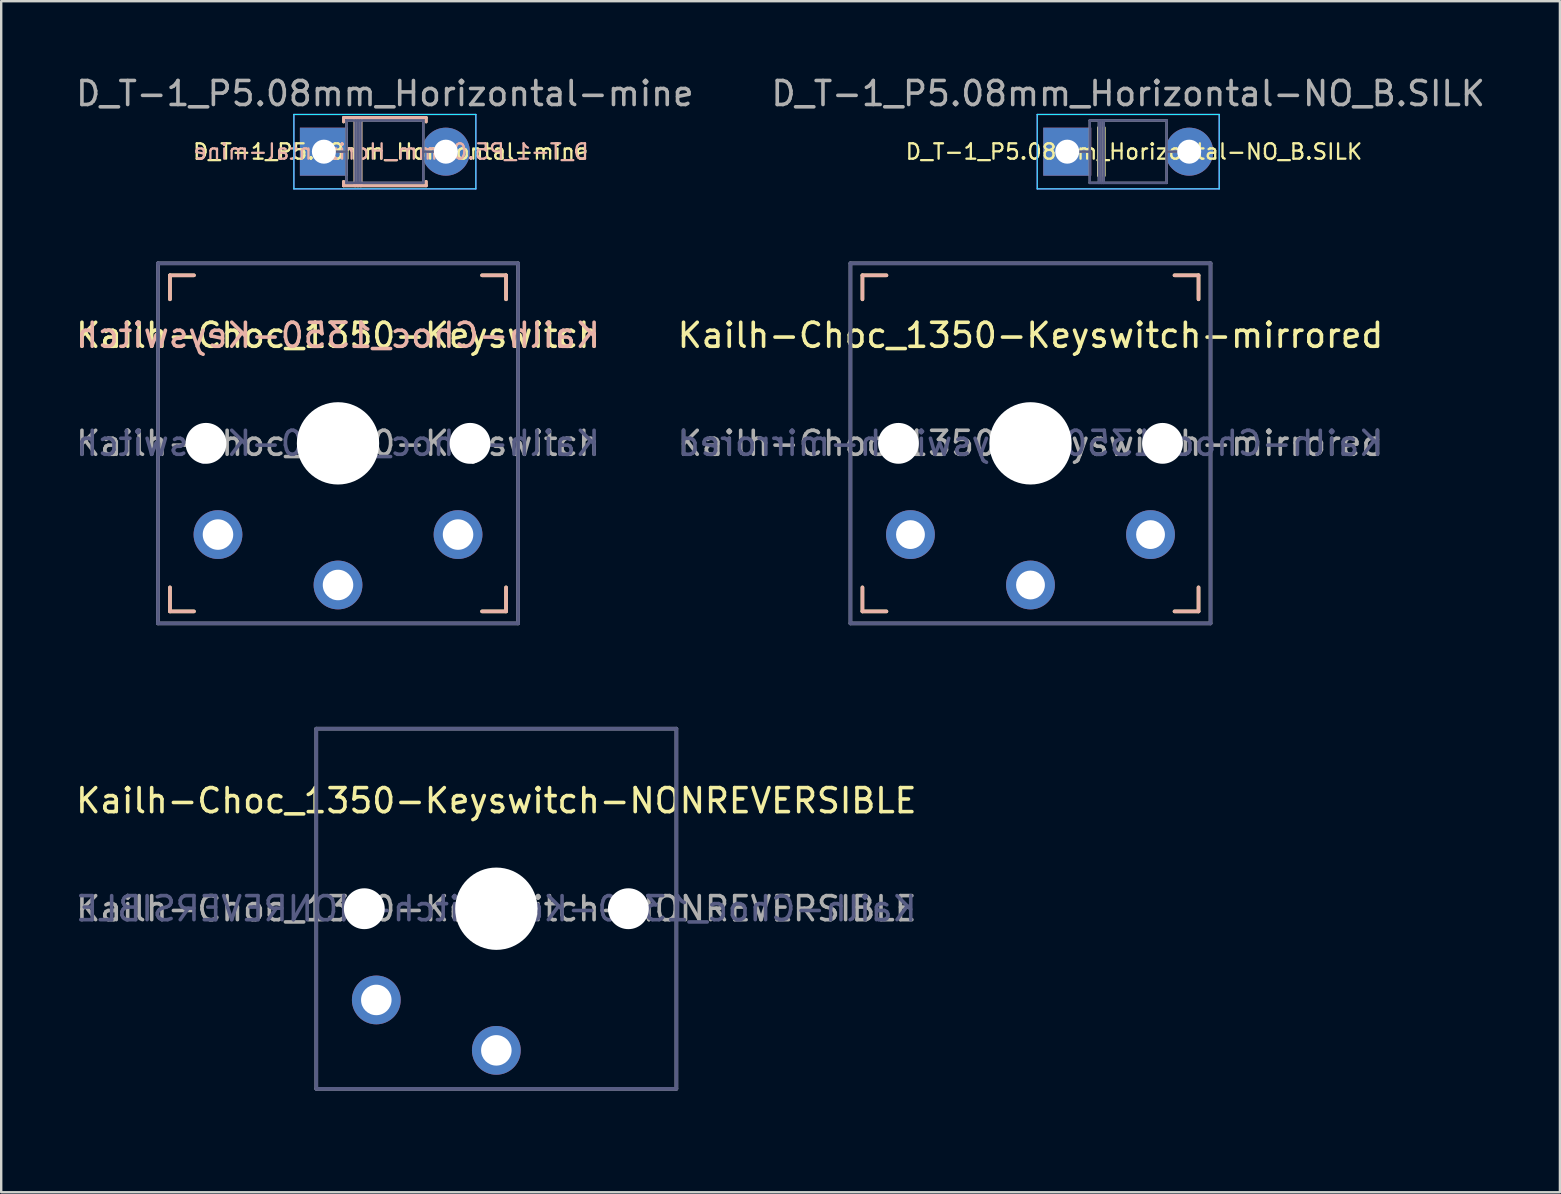
<source format=kicad_pcb>
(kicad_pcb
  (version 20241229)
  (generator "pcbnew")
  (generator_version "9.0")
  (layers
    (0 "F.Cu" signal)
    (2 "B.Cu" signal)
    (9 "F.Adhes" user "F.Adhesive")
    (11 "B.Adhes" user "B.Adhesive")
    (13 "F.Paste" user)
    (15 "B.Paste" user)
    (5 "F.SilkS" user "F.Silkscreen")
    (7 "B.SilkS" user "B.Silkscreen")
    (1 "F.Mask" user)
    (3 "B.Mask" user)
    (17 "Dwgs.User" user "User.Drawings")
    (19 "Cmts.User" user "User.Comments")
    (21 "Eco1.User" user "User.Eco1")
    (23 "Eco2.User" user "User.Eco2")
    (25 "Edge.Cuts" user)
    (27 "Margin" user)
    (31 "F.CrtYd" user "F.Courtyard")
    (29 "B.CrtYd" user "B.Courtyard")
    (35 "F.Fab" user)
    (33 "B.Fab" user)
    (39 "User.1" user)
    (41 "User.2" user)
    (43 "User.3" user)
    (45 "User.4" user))
  (footprint "D_T-1_P5.08mm_Horizontal-NO_B.SILK"
    (layer "F.Cu")
    (at 41.406 3.268)
    (property "Reference" "D_T-1_P5.08mm_Horizontal-NO_B.SILK" (at 2.54 -2.42 0) (layer "F.Fab") (effects (font (size 1 1) (thickness 0.15))))
    (attr through_hole)
    (fp_line (start 1.3 -1) (end 1.3 1) (stroke (width 0.12) (type solid)) (layer "F.SilkS"))
    (fp_line (start 1.42 -1) (end 1.42 1) (stroke (width 0.12) (type solid)) (layer "F.SilkS"))
    (fp_line (start 1.54 -1) (end 1.54 1) (stroke (width 0.12) (type solid)) (layer "F.SilkS"))
    (fp_line (start -1.25 -1.55) (end -1.25 1.55) (stroke (width 0.05) (type solid)) (layer "B.CrtYd"))
    (fp_line (start -1.25 1.55) (end 6.33 1.55) (stroke (width 0.05) (type solid)) (layer "B.CrtYd"))
    (fp_line (start 6.33 -1.55) (end -1.25 -1.55) (stroke (width 0.05) (type solid)) (layer "B.CrtYd"))
    (fp_line (start 6.33 1.55) (end 6.33 -1.55) (stroke (width 0.05) (type solid)) (layer "B.CrtYd"))
    (fp_line (start -1.25 -1.55) (end -1.25 1.55) (stroke (width 0.05) (type solid)) (layer "F.CrtYd"))
    (fp_line (start -1.25 1.55) (end 6.33 1.55) (stroke (width 0.05) (type solid)) (layer "F.CrtYd"))
    (fp_line (start 6.33 -1.55) (end -1.25 -1.55) (stroke (width 0.05) (type solid)) (layer "F.CrtYd"))
    (fp_line (start 6.33 1.55) (end 6.33 -1.55) (stroke (width 0.05) (type solid)) (layer "F.CrtYd"))
    (fp_line (start 0 0) (end 0.94 0) (stroke (width 0.1) (type solid)) (layer "B.Fab"))
    (fp_line (start 0.94 -1.3) (end 0.94 1.3) (stroke (width 0.1) (type solid)) (layer "B.Fab"))
    (fp_line (start 0.94 1.3) (end 4.14 1.3) (stroke (width 0.1) (type solid)) (layer "B.Fab"))
    (fp_line (start 1.32 -1.3) (end 1.32 1.3) (stroke (width 0.1) (type solid)) (layer "B.Fab"))
    (fp_line (start 1.42 -1.3) (end 1.42 1.3) (stroke (width 0.1) (type solid)) (layer "B.Fab"))
    (fp_line (start 1.52 -1.3) (end 1.52 1.3) (stroke (width 0.1) (type solid)) (layer "B.Fab"))
    (fp_line (start 4.14 -1.3) (end 0.94 -1.3) (stroke (width 0.1) (type solid)) (layer "B.Fab"))
    (fp_line (start 4.14 1.3) (end 4.14 -1.3) (stroke (width 0.1) (type solid)) (layer "B.Fab"))
    (fp_line (start 5.08 0) (end 4.14 0) (stroke (width 0.1) (type solid)) (layer "B.Fab"))
    (fp_line (start 0 0) (end 0.94 0) (stroke (width 0.1) (type solid)) (layer "F.Fab"))
    (fp_line (start 0.94 -1.3) (end 0.94 1.3) (stroke (width 0.1) (type solid)) (layer "F.Fab"))
    (fp_line (start 0.94 1.3) (end 4.14 1.3) (stroke (width 0.1) (type solid)) (layer "F.Fab"))
    (fp_line (start 1.32 -1.3) (end 1.32 1.3) (stroke (width 0.1) (type solid)) (layer "F.Fab"))
    (fp_line (start 1.42 -1.3) (end 1.42 1.3) (stroke (width 0.1) (type solid)) (layer "F.Fab"))
    (fp_line (start 1.52 -1.3) (end 1.52 1.3) (stroke (width 0.1) (type solid)) (layer "F.Fab"))
    (fp_line (start 4.14 -1.3) (end 0.94 -1.3) (stroke (width 0.1) (type solid)) (layer "F.Fab"))
    (fp_line (start 4.14 1.3) (end 4.14 -1.3) (stroke (width 0.1) (type solid)) (layer "F.Fab"))
    (fp_line (start 5.08 0) (end 4.14 0) (stroke (width 0.1) (type solid)) (layer "F.Fab"))
    (fp_text user "${REFERENCE}" (at 2.78 0 0) (layer "F.SilkS") (effects (font (size 0.64 0.64) (thickness 0.096))))
    (pad "1" thru_hole rect (at 0 0) (size 2 2) (drill 1) (layers "*.Cu" "*.Mask"))
    (pad "2" thru_hole oval (at 5.08 0) (size 2 2) (drill 1) (layers "*.Cu" "*.Mask")))
  (footprint "Kailh-Choc_1350-Keyswitch"
    (layer "F.Cu")
    (at 11.03 15.418)
    (property "Reference" "Kailh-Choc_1350-Keyswitch" (at 0 -4.5 180) (layer "F.SilkS") (effects (font (size 1 1) (thickness 0.15))))
    (attr through_hole)
    (fp_line (start -7 -7) (end -6 -7) (stroke (width 0.15) (type solid)) (layer "F.SilkS"))
    (fp_line (start -7 -6) (end -7 -7) (stroke (width 0.15) (type solid)) (layer "F.SilkS"))
    (fp_line (start -7 7) (end -7 6) (stroke (width 0.15) (type solid)) (layer "F.SilkS"))
    (fp_line (start -6 7) (end -7 7) (stroke (width 0.15) (type solid)) (layer "F.SilkS"))
    (fp_line (start 6 -7) (end 7 -7) (stroke (width 0.15) (type solid)) (layer "F.SilkS"))
    (fp_line (start 7 -7) (end 7 -6) (stroke (width 0.15) (type solid)) (layer "F.SilkS"))
    (fp_line (start 7 6) (end 7 7) (stroke (width 0.15) (type solid)) (layer "F.SilkS"))
    (fp_line (start 7 7) (end 6 7) (stroke (width 0.15) (type solid)) (layer "F.SilkS"))
    (fp_line (start -7 -7) (end -6 -7) (stroke (width 0.15) (type solid)) (layer "B.SilkS"))
    (fp_line (start -7 -6) (end -7 -7) (stroke (width 0.15) (type solid)) (layer "B.SilkS"))
    (fp_line (start -7 7) (end -7 6) (stroke (width 0.15) (type solid)) (layer "B.SilkS"))
    (fp_line (start -6 7) (end -7 7) (stroke (width 0.15) (type solid)) (layer "B.SilkS"))
    (fp_line (start 6 -7) (end 7 -7) (stroke (width 0.15) (type solid)) (layer "B.SilkS"))
    (fp_line (start 7 -7) (end 7 -6) (stroke (width 0.15) (type solid)) (layer "B.SilkS"))
    (fp_line (start 7 6) (end 7 7) (stroke (width 0.15) (type solid)) (layer "B.SilkS"))
    (fp_line (start 7 7) (end 6 7) (stroke (width 0.15) (type solid)) (layer "B.SilkS"))
    (fp_line (start -6.9 6.9) (end -6.9 -6.9) (stroke (width 0.15) (type solid)) (layer "Eco2.User"))
    (fp_line (start -6.9 6.9) (end 6.9 6.9) (stroke (width 0.15) (type solid)) (layer "Eco2.User"))
    (fp_line (start 6.9 -6.9) (end -6.9 -6.9) (stroke (width 0.15) (type solid)) (layer "Eco2.User"))
    (fp_line (start 6.9 -6.9) (end 6.9 6.9) (stroke (width 0.15) (type solid)) (layer "Eco2.User"))
    (fp_line (start -7.5 -7.5) (end 7.5 -7.5) (stroke (width 0.15) (type solid)) (layer "B.Fab"))
    (fp_line (start -7.5 7.5) (end -7.5 -7.5) (stroke (width 0.15) (type solid)) (layer "B.Fab"))
    (fp_line (start 7.5 -7.5) (end 7.5 7.5) (stroke (width 0.15) (type solid)) (layer "B.Fab"))
    (fp_line (start 7.5 7.5) (end -7.5 7.5) (stroke (width 0.15) (type solid)) (layer "B.Fab"))
    (fp_line (start -7.5 -7.5) (end 7.5 -7.5) (stroke (width 0.15) (type solid)) (layer "F.Fab"))
    (fp_line (start -7.5 7.5) (end -7.5 -7.5) (stroke (width 0.15) (type solid)) (layer "F.Fab"))
    (fp_line (start 7.5 -7.5) (end 7.5 7.5) (stroke (width 0.15) (type solid)) (layer "F.Fab"))
    (fp_line (start 7.5 7.5) (end -7.5 7.5) (stroke (width 0.15) (type solid)) (layer "F.Fab"))
    (fp_text user "${REFERENCE}" (at 0 -4.5 180) (layer "B.SilkS") (effects (font (size 1 1) (thickness 0.15)) (justify mirror)))
    (fp_text user "${REFERENCE}" (at 0 0 180) (layer "B.Fab") (effects (font (size 1 1) (thickness 0.15)) (justify mirror)))
    (fp_text user "${REFERENCE}" (at 0 0 180) (layer "F.Fab") (effects (font (size 1 1) (thickness 0.15))))
    (pad "" np_thru_hole circle (at -5.5 0) (size 1.702 1.702) (drill 1.702) (layers "*.Cu" "*.Mask"))
    (pad "" np_thru_hole circle (at 0 0) (size 3.429 3.429) (drill 3.429) (layers "*.Cu" "*.Mask"))
    (pad "" np_thru_hole circle (at 5.5 0) (size 1.702 1.702) (drill 1.702) (layers "*.Cu" "*.Mask"))
    (pad "1" thru_hole circle (at 0 5.9) (size 2.032 2.032) (drill 1.27) (layers "*.Cu" "*.Mask"))
    (pad "2" thru_hole circle (at -5 3.8) (size 2.032 2.032) (drill 1.27) (layers "*.Cu" "*.Mask"))
    (pad "2" thru_hole circle (at 5 3.8) (size 2.032 2.032) (drill 1.27) (layers "*.Cu" "*.Mask")))
  (footprint "Kailh-Choc_1350-Keyswitch-mirrored"
    (layer "F.Cu")
    (at 39.875 15.418)
    (property "Reference" "Kailh-Choc_1350-Keyswitch-mirrored" (at 0 -4.5 0) (unlocked yes) (layer "F.SilkS") (effects (font (size 1 1) (thickness 0.15))))
    (attr through_hole)
    (fp_line (start -7 -7) (end -6 -7) (stroke (width 0.15) (type solid)) (layer "F.SilkS"))
    (fp_line (start -7 -6) (end -7 -7) (stroke (width 0.15) (type solid)) (layer "F.SilkS"))
    (fp_line (start -7 7) (end -7 6) (stroke (width 0.15) (type solid)) (layer "F.SilkS"))
    (fp_line (start -6 7) (end -7 7) (stroke (width 0.15) (type solid)) (layer "F.SilkS"))
    (fp_line (start 6 -7) (end 7 -7) (stroke (width 0.15) (type solid)) (layer "F.SilkS"))
    (fp_line (start 7 -7) (end 7 -6) (stroke (width 0.15) (type solid)) (layer "F.SilkS"))
    (fp_line (start 7 6) (end 7 7) (stroke (width 0.15) (type solid)) (layer "F.SilkS"))
    (fp_line (start 7 7) (end 6 7) (stroke (width 0.15) (type solid)) (layer "F.SilkS"))
    (fp_line (start -7 -7) (end -6 -7) (stroke (width 0.15) (type solid)) (layer "B.SilkS"))
    (fp_line (start -7 -6) (end -7 -7) (stroke (width 0.15) (type solid)) (layer "B.SilkS"))
    (fp_line (start -7 7) (end -7 6) (stroke (width 0.15) (type solid)) (layer "B.SilkS"))
    (fp_line (start -6 7) (end -7 7) (stroke (width 0.15) (type solid)) (layer "B.SilkS"))
    (fp_line (start 6 -7) (end 7 -7) (stroke (width 0.15) (type solid)) (layer "B.SilkS"))
    (fp_line (start 7 -7) (end 7 -6) (stroke (width 0.15) (type solid)) (layer "B.SilkS"))
    (fp_line (start 7 6) (end 7 7) (stroke (width 0.15) (type solid)) (layer "B.SilkS"))
    (fp_line (start 7 7) (end 6 7) (stroke (width 0.15) (type solid)) (layer "B.SilkS"))
    (fp_line (start -6.9 6.9) (end -6.9 -6.9) (stroke (width 0.15) (type solid)) (layer "Eco2.User"))
    (fp_line (start -6.9 6.9) (end 6.9 6.9) (stroke (width 0.15) (type solid)) (layer "Eco2.User"))
    (fp_line (start 6.9 -6.9) (end -6.9 -6.9) (stroke (width 0.15) (type solid)) (layer "Eco2.User"))
    (fp_line (start 6.9 -6.9) (end 6.9 6.9) (stroke (width 0.15) (type solid)) (layer "Eco2.User"))
    (fp_line (start -7.5 -7.5) (end 7.5 -7.5) (stroke (width 0.15) (type solid)) (layer "B.Fab"))
    (fp_line (start -7.5 7.5) (end -7.5 -7.5) (stroke (width 0.15) (type solid)) (layer "B.Fab"))
    (fp_line (start 7.5 -7.5) (end 7.5 7.5) (stroke (width 0.15) (type solid)) (layer "B.Fab"))
    (fp_line (start 7.5 7.5) (end -7.5 7.5) (stroke (width 0.15) (type solid)) (layer "B.Fab"))
    (fp_line (start -7.5 -7.5) (end 7.5 -7.5) (stroke (width 0.15) (type solid)) (layer "F.Fab"))
    (fp_line (start -7.5 7.5) (end -7.5 -7.5) (stroke (width 0.15) (type solid)) (layer "F.Fab"))
    (fp_line (start 7.5 -7.5) (end 7.5 7.5) (stroke (width 0.15) (type solid)) (layer "F.Fab"))
    (fp_line (start 7.5 7.5) (end -7.5 7.5) (stroke (width 0.15) (type solid)) (layer "F.Fab"))
    (fp_text user "${REFERENCE}" (at 0 0 180) (layer "B.Fab") (effects (font (size 1 1) (thickness 0.15)) (justify mirror)))
    (fp_text user "${REFERENCE}" (at 0 0 180) (layer "F.Fab") (effects (font (size 1 1) (thickness 0.15))))
    (pad "" np_thru_hole circle (at -5.5 0) (size 1.7 1.7) (drill 1.7) (layers "*.Cu" "*.Mask"))
    (pad "" np_thru_hole circle (at 0 0) (size 3.429 3.429) (drill 3.429) (layers "*.Cu" "*.Mask"))
    (pad "" np_thru_hole circle (at 5.5 0) (size 1.7 1.7) (drill 1.7) (layers "*.Cu" "*.Mask"))
    (pad "1" thru_hole circle (at -5 3.8) (size 2.032 2.032) (drill 1.2) (layers "*.Cu" "*.Mask"))
    (pad "2" thru_hole circle (at 0 5.9) (size 2.032 2.032) (drill 1.2) (layers "*.Cu" "*.Mask"))
    (pad "3" thru_hole circle (at 5 3.8) (size 2.032 2.032) (drill 1.2) (layers "*.Cu" "*.Mask")))
  (footprint "Kailh-Choc_1350-Keyswitch-NONREVERSIBLE"
    (layer "F.Cu")
    (at 17.625 34.803)
    (property "Reference" "Kailh-Choc_1350-Keyswitch-NONREVERSIBLE" (at 0 -4.5 180) (layer "F.SilkS") (effects (font (size 1 1) (thickness 0.15))))
    (attr through_hole)
    (fp_line (start -9.25 -8.75) (end -9.25 8.75) (stroke (width 0.12) (type solid)) (layer "Eco1.User"))
    (fp_line (start -9.25 -8.75) (end 9.25 -8.75) (stroke (width 0.12) (type solid)) (layer "Eco1.User"))
    (fp_line (start -9.25 8.75) (end 9.25 8.75) (stroke (width 0.12) (type solid)) (layer "Eco1.User"))
    (fp_line (start 9.25 8.75) (end 9.25 -8.75) (stroke (width 0.12) (type solid)) (layer "Eco1.User"))
    (fp_line (start -6.9 6.9) (end -6.9 -6.9) (stroke (width 0.15) (type solid)) (layer "Eco2.User"))
    (fp_line (start -6.9 6.9) (end 6.9 6.9) (stroke (width 0.15) (type solid)) (layer "Eco2.User"))
    (fp_line (start 6.9 -6.9) (end -6.9 -6.9) (stroke (width 0.15) (type solid)) (layer "Eco2.User"))
    (fp_line (start 6.9 -6.9) (end 6.9 6.9) (stroke (width 0.15) (type solid)) (layer "Eco2.User"))
    (fp_line (start -7.5 -7.5) (end 7.5 -7.5) (stroke (width 0.15) (type solid)) (layer "B.Fab"))
    (fp_line (start -7.5 7.5) (end -7.5 -7.5) (stroke (width 0.15) (type solid)) (layer "B.Fab"))
    (fp_line (start 7.5 -7.5) (end 7.5 7.5) (stroke (width 0.15) (type solid)) (layer "B.Fab"))
    (fp_line (start 7.5 7.5) (end -7.5 7.5) (stroke (width 0.15) (type solid)) (layer "B.Fab"))
    (fp_line (start -7.5 -7.5) (end 7.5 -7.5) (stroke (width 0.15) (type solid)) (layer "F.Fab"))
    (fp_line (start -7.5 7.5) (end -7.5 -7.5) (stroke (width 0.15) (type solid)) (layer "F.Fab"))
    (fp_line (start 7.5 -7.5) (end 7.5 7.5) (stroke (width 0.15) (type solid)) (layer "F.Fab"))
    (fp_line (start 7.5 7.5) (end -7.5 7.5) (stroke (width 0.15) (type solid)) (layer "F.Fab"))
    (fp_text user "${REFERENCE}" (at 0 0 180) (layer "B.Fab") (effects (font (size 1 1) (thickness 0.15)) (justify mirror)))
    (fp_text user "${REFERENCE}" (at 0 0 180) (layer "F.Fab") (effects (font (size 1 1) (thickness 0.15))))
    (pad "" np_thru_hole circle (at -5.5 0) (size 1.702 1.702) (drill 1.702) (layers "*.Cu" "*.Mask"))
    (pad "" np_thru_hole circle (at 0 0) (size 3.429 3.429) (drill 3.429) (layers "*.Cu" "*.Mask"))
    (pad "" np_thru_hole circle (at 5.5 0) (size 1.702 1.702) (drill 1.702) (layers "*.Cu" "*.Mask"))
    (pad "1" thru_hole circle (at 0 5.9) (size 2.032 2.032) (drill 1.27) (layers "*.Cu" "*.Mask"))
    (pad "2" thru_hole circle (at -5 3.8) (size 2.032 2.032) (drill 1.27) (layers "*.Cu" "*.Mask")))
  (footprint "D_T-1_P5.08mm_Horizontal-mine"
    (layer "F.Cu")
    (at 10.442 3.268)
    (property "Reference" "D_T-1_P5.08mm_Horizontal-mine" (at 2.54 -2.42 180) (layer "F.Fab") (effects (font (size 1 1) (thickness 0.15))))
    (attr through_hole)
    (fp_line (start 0.82 -1.42) (end 4.26 -1.42) (stroke (width 0.12) (type solid)) (layer "F.SilkS"))
    (fp_line (start 0.82 -1.24) (end 0.82 -1.42) (stroke (width 0.12) (type solid)) (layer "F.SilkS"))
    (fp_line (start 0.82 1.24) (end 0.82 1.42) (stroke (width 0.12) (type solid)) (layer "F.SilkS"))
    (fp_line (start 0.82 1.42) (end 4.26 1.42) (stroke (width 0.12) (type solid)) (layer "F.SilkS"))
    (fp_line (start 1.3 -1.42) (end 1.3 1.42) (stroke (width 0.12) (type solid)) (layer "F.SilkS"))
    (fp_line (start 1.42 -1.42) (end 1.42 1.42) (stroke (width 0.12) (type solid)) (layer "F.SilkS"))
    (fp_line (start 1.54 -1.42) (end 1.54 1.42) (stroke (width 0.12) (type solid)) (layer "F.SilkS"))
    (fp_line (start 4.26 -1.42) (end 4.26 -1.24) (stroke (width 0.12) (type solid)) (layer "F.SilkS"))
    (fp_line (start 4.26 1.42) (end 4.26 1.24) (stroke (width 0.12) (type solid)) (layer "F.SilkS"))
    (fp_line (start 0.82 -1.42) (end 4.26 -1.42) (stroke (width 0.12) (type solid)) (layer "B.SilkS"))
    (fp_line (start 0.82 -1.24) (end 0.82 -1.42) (stroke (width 0.12) (type solid)) (layer "B.SilkS"))
    (fp_line (start 0.82 1.24) (end 0.82 1.42) (stroke (width 0.12) (type solid)) (layer "B.SilkS"))
    (fp_line (start 0.82 1.42) (end 4.26 1.42) (stroke (width 0.12) (type solid)) (layer "B.SilkS"))
    (fp_line (start 1.3 -1.42) (end 1.3 1.42) (stroke (width 0.12) (type solid)) (layer "B.SilkS"))
    (fp_line (start 1.42 -1.42) (end 1.42 1.42) (stroke (width 0.12) (type solid)) (layer "B.SilkS"))
    (fp_line (start 1.54 -1.42) (end 1.54 1.42) (stroke (width 0.12) (type solid)) (layer "B.SilkS"))
    (fp_line (start 4.26 -1.42) (end 4.26 -1.24) (stroke (width 0.12) (type solid)) (layer "B.SilkS"))
    (fp_line (start 4.26 1.42) (end 4.26 1.24) (stroke (width 0.12) (type solid)) (layer "B.SilkS"))
    (fp_line (start -1.25 -1.55) (end -1.25 1.55) (stroke (width 0.05) (type solid)) (layer "B.CrtYd"))
    (fp_line (start -1.25 1.55) (end 6.33 1.55) (stroke (width 0.05) (type solid)) (layer "B.CrtYd"))
    (fp_line (start 6.33 -1.55) (end -1.25 -1.55) (stroke (width 0.05) (type solid)) (layer "B.CrtYd"))
    (fp_line (start 6.33 1.55) (end 6.33 -1.55) (stroke (width 0.05) (type solid)) (layer "B.CrtYd"))
    (fp_line (start -1.25 -1.55) (end -1.25 1.55) (stroke (width 0.05) (type solid)) (layer "F.CrtYd"))
    (fp_line (start -1.25 1.55) (end 6.33 1.55) (stroke (width 0.05) (type solid)) (layer "F.CrtYd"))
    (fp_line (start 6.33 -1.55) (end -1.25 -1.55) (stroke (width 0.05) (type solid)) (layer "F.CrtYd"))
    (fp_line (start 6.33 1.55) (end 6.33 -1.55) (stroke (width 0.05) (type solid)) (layer "F.CrtYd"))
    (fp_line (start 0 0) (end 0.94 0) (stroke (width 0.1) (type solid)) (layer "B.Fab"))
    (fp_line (start 0.94 -1.3) (end 0.94 1.3) (stroke (width 0.1) (type solid)) (layer "B.Fab"))
    (fp_line (start 0.94 1.3) (end 4.14 1.3) (stroke (width 0.1) (type solid)) (layer "B.Fab"))
    (fp_line (start 1.32 -1.3) (end 1.32 1.3) (stroke (width 0.1) (type solid)) (layer "B.Fab"))
    (fp_line (start 1.42 -1.3) (end 1.42 1.3) (stroke (width 0.1) (type solid)) (layer "B.Fab"))
    (fp_line (start 1.52 -1.3) (end 1.52 1.3) (stroke (width 0.1) (type solid)) (layer "B.Fab"))
    (fp_line (start 4.14 -1.3) (end 0.94 -1.3) (stroke (width 0.1) (type solid)) (layer "B.Fab"))
    (fp_line (start 4.14 1.3) (end 4.14 -1.3) (stroke (width 0.1) (type solid)) (layer "B.Fab"))
    (fp_line (start 5.08 0) (end 4.14 0) (stroke (width 0.1) (type solid)) (layer "B.Fab"))
    (fp_line (start 0 0) (end 0.94 0) (stroke (width 0.1) (type solid)) (layer "F.Fab"))
    (fp_line (start 0.94 -1.3) (end 0.94 1.3) (stroke (width 0.1) (type solid)) (layer "F.Fab"))
    (fp_line (start 0.94 1.3) (end 4.14 1.3) (stroke (width 0.1) (type solid)) (layer "F.Fab"))
    (fp_line (start 1.32 -1.3) (end 1.32 1.3) (stroke (width 0.1) (type solid)) (layer "F.Fab"))
    (fp_line (start 1.42 -1.3) (end 1.42 1.3) (stroke (width 0.1) (type solid)) (layer "F.Fab"))
    (fp_line (start 1.52 -1.3) (end 1.52 1.3) (stroke (width 0.1) (type solid)) (layer "F.Fab"))
    (fp_line (start 4.14 -1.3) (end 0.94 -1.3) (stroke (width 0.1) (type solid)) (layer "F.Fab"))
    (fp_line (start 4.14 1.3) (end 4.14 -1.3) (stroke (width 0.1) (type solid)) (layer "F.Fab"))
    (fp_line (start 5.08 0) (end 4.14 0) (stroke (width 0.1) (type solid)) (layer "F.Fab"))
    (fp_text user "${REFERENCE}" (at 2.78 0 180) (layer "F.SilkS") (effects (font (size 0.64 0.64) (thickness 0.096))))
    (fp_text user "${REFERENCE}" (at 2.8 0 0) (layer "B.SilkS") (effects (font (size 0.64 0.64) (thickness 0.096)) (justify mirror)))
    (pad "1" thru_hole rect (at 0 0) (size 2 2) (drill 1) (layers "*.Cu" "*.Mask"))
    (pad "2" thru_hole oval (at 5.08 0) (size 2 2) (drill 1) (layers "*.Cu" "*.Mask")))
  (gr_rect
    (start -3 -3)
    (end 61.929 46.613)
    (stroke (width 0.1) (type default))
    (fill no)
    (layer "Edge.Cuts")))
</source>
